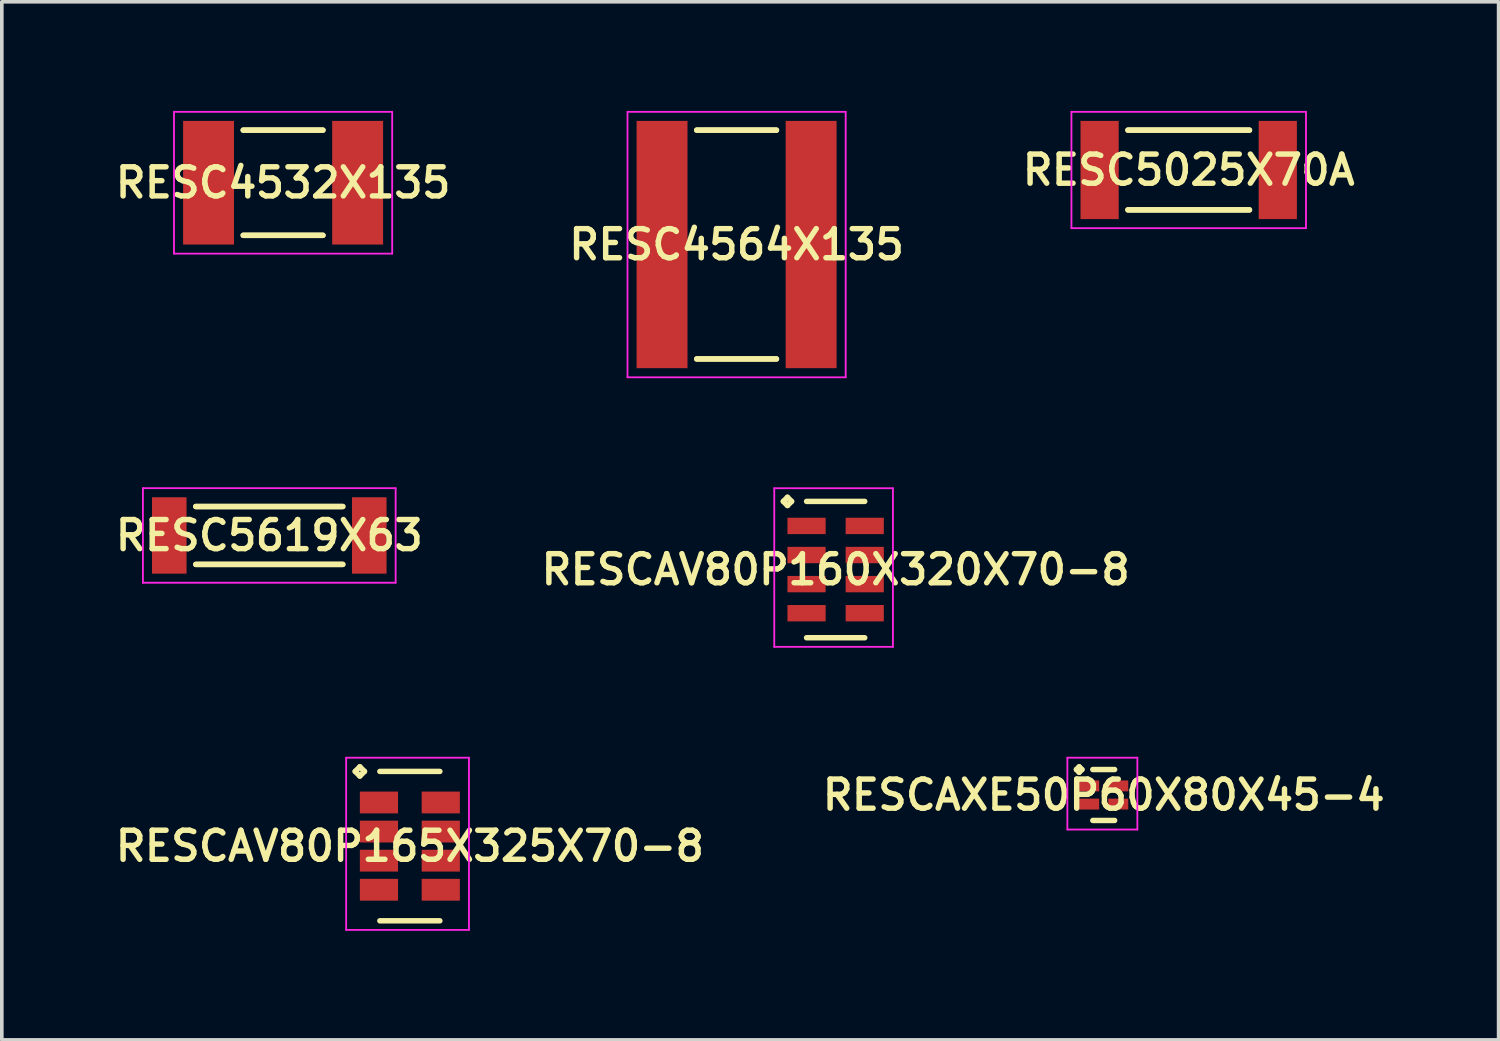
<source format=kicad_pcb>
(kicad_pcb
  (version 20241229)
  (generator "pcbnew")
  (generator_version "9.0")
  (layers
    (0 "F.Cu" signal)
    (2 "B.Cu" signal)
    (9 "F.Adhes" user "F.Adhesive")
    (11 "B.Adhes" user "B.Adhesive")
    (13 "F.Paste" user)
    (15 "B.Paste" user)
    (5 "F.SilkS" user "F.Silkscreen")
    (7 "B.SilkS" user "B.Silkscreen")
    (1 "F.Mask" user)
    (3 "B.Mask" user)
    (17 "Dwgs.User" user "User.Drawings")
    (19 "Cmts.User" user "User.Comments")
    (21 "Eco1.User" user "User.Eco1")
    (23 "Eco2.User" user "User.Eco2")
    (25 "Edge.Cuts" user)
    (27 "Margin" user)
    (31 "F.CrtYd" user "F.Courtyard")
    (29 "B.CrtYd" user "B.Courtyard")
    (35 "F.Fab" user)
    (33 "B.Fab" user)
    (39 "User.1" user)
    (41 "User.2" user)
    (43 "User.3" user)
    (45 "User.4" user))
  (footprint "RESCAV80P160X320X70-8"
    (layer "F.Cu")
    (at 19.93 12.613)
    (property "Reference" "RESCAV80P160X320X70-8" (at 0 0 0) (layer "F.SilkS") (effects (font (size 0.8 0.8) (thickness 0.15))))
    (attr smd)
    (fp_line (start -1.438 -1.875) (end -1.325 -1.988) (stroke (width 0.15) (type solid)) (layer "F.SilkS"))
    (fp_line (start -1.325 -1.988) (end -1.212 -1.875) (stroke (width 0.15) (type solid)) (layer "F.SilkS"))
    (fp_line (start -1.325 -1.762) (end -1.438 -1.875) (stroke (width 0.15) (type solid)) (layer "F.SilkS"))
    (fp_line (start -1.212 -1.875) (end -1.325 -1.762) (stroke (width 0.15) (type solid)) (layer "F.SilkS"))
    (fp_line (start -0.8 -1.875) (end 0.8 -1.875) (stroke (width 0.15) (type solid)) (layer "F.SilkS"))
    (fp_line (start -0.8 1.875) (end 0.8 1.875) (stroke (width 0.15) (type solid)) (layer "F.SilkS"))
    (fp_line (start -1.688 -2.237) (end 1.575 -2.237) (stroke (width 0.05) (type solid)) (layer "F.CrtYd"))
    (fp_line (start -1.688 2.125) (end -1.688 -2.237) (stroke (width 0.05) (type solid)) (layer "F.CrtYd"))
    (fp_line (start 1.575 -2.237) (end 1.575 2.125) (stroke (width 0.05) (type solid)) (layer "F.CrtYd"))
    (fp_line (start 1.575 2.125) (end -1.688 2.125) (stroke (width 0.05) (type solid)) (layer "F.CrtYd"))
    (pad "1" smd rect (at -0.8 -1.2) (size 1.05 0.45) (layers "F.Cu" "F.Mask" "F.Paste"))
    (pad "2" smd rect (at -0.8 -0.4) (size 1.05 0.45) (layers "F.Cu" "F.Mask" "F.Paste"))
    (pad "3" smd rect (at -0.8 0.4) (size 1.05 0.45) (layers "F.Cu" "F.Mask" "F.Paste"))
    (pad "4" smd rect (at -0.8 1.2) (size 1.05 0.45) (layers "F.Cu" "F.Mask" "F.Paste"))
    (pad "5" smd rect (at 0.8 1.2) (size 1.05 0.45) (layers "F.Cu" "F.Mask" "F.Paste"))
    (pad "6" smd rect (at 0.8 0.4) (size 1.05 0.45) (layers "F.Cu" "F.Mask" "F.Paste"))
    (pad "7" smd rect (at 0.8 -0.4) (size 1.05 0.45) (layers "F.Cu" "F.Mask" "F.Paste"))
    (pad "8" smd rect (at 0.8 -1.2) (size 1.05 0.45) (layers "F.Cu" "F.Mask" "F.Paste")))
  (footprint "RESCAXE50P60X80X45-4"
    (layer "F.Cu")
    (at 27.302 18.812)
    (property "Reference" "RESCAXE50P60X80X45-4" (at 0 0 0) (layer "F.SilkS") (effects (font (size 0.8 0.8) (thickness 0.15))))
    (attr smd)
    (fp_line (start -0.75 -0.7) (end -0.675 -0.775) (stroke (width 0.15) (type solid)) (layer "F.SilkS"))
    (fp_line (start -0.675 -0.775) (end -0.6 -0.7) (stroke (width 0.15) (type solid)) (layer "F.SilkS"))
    (fp_line (start -0.675 -0.625) (end -0.75 -0.7) (stroke (width 0.15) (type solid)) (layer "F.SilkS"))
    (fp_line (start -0.6 -0.7) (end -0.675 -0.625) (stroke (width 0.15) (type solid)) (layer "F.SilkS"))
    (fp_line (start -0.3 -0.7) (end 0.3 -0.7) (stroke (width 0.15) (type solid)) (layer "F.SilkS"))
    (fp_line (start -0.3 0.7) (end 0.3 0.7) (stroke (width 0.15) (type solid)) (layer "F.SilkS"))
    (fp_line (start -1 -1.025) (end 0.925 -1.025) (stroke (width 0.05) (type solid)) (layer "F.CrtYd"))
    (fp_line (start -1 0.95) (end -1 -1.025) (stroke (width 0.05) (type solid)) (layer "F.CrtYd"))
    (fp_line (start 0.925 -1.025) (end 0.925 0.95) (stroke (width 0.05) (type solid)) (layer "F.CrtYd"))
    (fp_line (start 0.925 0.95) (end -1 0.95) (stroke (width 0.05) (type solid)) (layer "F.CrtYd"))
    (pad "1" smd rect (at -0.4 -0.25) (size 0.55 0.3) (layers "F.Cu" "F.Mask" "F.Paste"))
    (pad "2" smd rect (at -0.4 0.25) (size 0.55 0.3) (layers "F.Cu" "F.Mask" "F.Paste"))
    (pad "3" smd rect (at 0.4 0.25) (size 0.55 0.3) (layers "F.Cu" "F.Mask" "F.Paste"))
    (pad "4" smd rect (at 0.4 -0.25) (size 0.55 0.3) (layers "F.Cu" "F.Mask" "F.Paste")))
  (footprint "RESC5025X70A"
    (layer "F.Cu")
    (at 29.639 1.625)
    (property "Reference" "RESC5025X70A" (at 0 0 0) (layer "F.SilkS") (effects (font (size 0.8 0.8) (thickness 0.15))))
    (attr smd)
    (fp_line (start -1.671 -1.096) (end 1.671 -1.096) (stroke (width 0.15) (type solid)) (layer "F.SilkS"))
    (fp_line (start -1.671 1.096) (end 1.671 1.096) (stroke (width 0.15) (type solid)) (layer "F.SilkS"))
    (fp_line (start 1.671 -1.096) (end -1.671 -1.096) (stroke (width 0.15) (type solid)) (layer "F.SilkS"))
    (fp_line (start 1.671 1.096) (end -1.671 1.096) (stroke (width 0.15) (type solid)) (layer "F.SilkS"))
    (fp_line (start -3.225 -1.6) (end 3.225 -1.6) (stroke (width 0.05) (type solid)) (layer "F.CrtYd"))
    (fp_line (start -3.225 1.6) (end -3.225 -1.6) (stroke (width 0.05) (type solid)) (layer "F.CrtYd"))
    (fp_line (start 3.225 -1.6) (end 3.225 1.6) (stroke (width 0.05) (type solid)) (layer "F.CrtYd"))
    (fp_line (start 3.225 1.6) (end -3.225 1.6) (stroke (width 0.05) (type solid)) (layer "F.CrtYd"))
    (pad "1" smd rect (at -2.45 0) (size 1.05 2.7) (layers "F.Cu" "F.Mask" "F.Paste"))
    (pad "2" smd rect (at 2.45 0) (size 1.05 2.7) (layers "F.Cu" "F.Mask" "F.Paste")))
  (footprint "RESC5619X63"
    (layer "F.Cu")
    (at 4.355 11.675)
    (property "Reference" "RESC5619X63" (at 0 0 0) (layer "F.SilkS") (effects (font (size 0.8 0.8) (thickness 0.15))))
    (attr smd)
    (fp_line (start -2.021 -0.796) (end 2.021 -0.796) (stroke (width 0.15) (type solid)) (layer "F.SilkS"))
    (fp_line (start -2.021 0.796) (end 2.021 0.796) (stroke (width 0.15) (type solid)) (layer "F.SilkS"))
    (fp_line (start 2.021 -0.796) (end -2.021 -0.796) (stroke (width 0.15) (type solid)) (layer "F.SilkS"))
    (fp_line (start 2.021 0.796) (end -2.021 0.796) (stroke (width 0.15) (type solid)) (layer "F.SilkS"))
    (fp_line (start -3.475 -1.3) (end 3.475 -1.3) (stroke (width 0.05) (type solid)) (layer "F.CrtYd"))
    (fp_line (start -3.475 1.3) (end -3.475 -1.3) (stroke (width 0.05) (type solid)) (layer "F.CrtYd"))
    (fp_line (start 3.475 -1.3) (end 3.475 1.3) (stroke (width 0.05) (type solid)) (layer "F.CrtYd"))
    (fp_line (start 3.475 1.3) (end -3.475 1.3) (stroke (width 0.05) (type solid)) (layer "F.CrtYd"))
    (pad "1" smd rect (at -2.75 0) (size 0.95 2.1) (layers "F.Cu" "F.Mask" "F.Paste"))
    (pad "2" smd rect (at 2.75 0) (size 0.95 2.1) (layers "F.Cu" "F.Mask" "F.Paste")))
  (footprint "RESCAV80P165X325X70-8"
    (layer "F.Cu")
    (at 8.221 20.218)
    (property "Reference" "RESCAV80P165X325X70-8" (at 0 0 0) (layer "F.SilkS") (effects (font (size 0.8 0.8) (thickness 0.15))))
    (attr smd)
    (fp_line (start -1.502 -2.054) (end -1.375 -2.181) (stroke (width 0.15) (type solid)) (layer "F.SilkS"))
    (fp_line (start -1.375 -2.181) (end -1.248 -2.054) (stroke (width 0.15) (type solid)) (layer "F.SilkS"))
    (fp_line (start -1.375 -1.927) (end -1.502 -2.054) (stroke (width 0.15) (type solid)) (layer "F.SilkS"))
    (fp_line (start -1.248 -2.054) (end -1.375 -1.927) (stroke (width 0.15) (type solid)) (layer "F.SilkS"))
    (fp_line (start -0.825 -2.054) (end 0.825 -2.054) (stroke (width 0.15) (type solid)) (layer "F.SilkS"))
    (fp_line (start -0.825 2.054) (end 0.825 2.054) (stroke (width 0.15) (type solid)) (layer "F.SilkS"))
    (fp_line (start -1.752 -2.431) (end 1.625 -2.431) (stroke (width 0.05) (type solid)) (layer "F.CrtYd"))
    (fp_line (start -1.752 2.304) (end -1.752 -2.431) (stroke (width 0.05) (type solid)) (layer "F.CrtYd"))
    (fp_line (start 1.625 -2.431) (end 1.625 2.304) (stroke (width 0.05) (type solid)) (layer "F.CrtYd"))
    (fp_line (start 1.625 2.304) (end -1.752 2.304) (stroke (width 0.05) (type solid)) (layer "F.CrtYd"))
    (pad "1" smd rect (at -0.85 -1.2) (size 1.05 0.6) (layers "F.Cu" "F.Mask" "F.Paste"))
    (pad "2" smd rect (at -0.85 -0.4) (size 1.05 0.6) (layers "F.Cu" "F.Mask" "F.Paste"))
    (pad "3" smd rect (at -0.85 0.4) (size 1.05 0.6) (layers "F.Cu" "F.Mask" "F.Paste"))
    (pad "4" smd rect (at -0.85 1.2) (size 1.05 0.6) (layers "F.Cu" "F.Mask" "F.Paste"))
    (pad "5" smd rect (at 0.85 1.2) (size 1.05 0.6) (layers "F.Cu" "F.Mask" "F.Paste"))
    (pad "6" smd rect (at 0.85 0.4) (size 1.05 0.6) (layers "F.Cu" "F.Mask" "F.Paste"))
    (pad "7" smd rect (at 0.85 -0.4) (size 1.05 0.6) (layers "F.Cu" "F.Mask" "F.Paste"))
    (pad "8" smd rect (at 0.85 -1.2) (size 1.05 0.6) (layers "F.Cu" "F.Mask" "F.Paste")))
  (footprint "RESC4532X135"
    (layer "F.Cu")
    (at 4.735 1.975)
    (property "Reference" "RESC4532X135" (at 0 0 0) (layer "F.SilkS") (effects (font (size 0.8 0.8) (thickness 0.15))))
    (attr smd)
    (fp_line (start -1.096 -1.446) (end 1.096 -1.446) (stroke (width 0.15) (type solid)) (layer "F.SilkS"))
    (fp_line (start -1.096 1.446) (end 1.096 1.446) (stroke (width 0.15) (type solid)) (layer "F.SilkS"))
    (fp_line (start 1.096 -1.446) (end -1.096 -1.446) (stroke (width 0.15) (type solid)) (layer "F.SilkS"))
    (fp_line (start 1.096 1.446) (end -1.096 1.446) (stroke (width 0.15) (type solid)) (layer "F.SilkS"))
    (fp_line (start -3 -1.95) (end 3 -1.95) (stroke (width 0.05) (type solid)) (layer "F.CrtYd"))
    (fp_line (start -3 1.95) (end -3 -1.95) (stroke (width 0.05) (type solid)) (layer "F.CrtYd"))
    (fp_line (start 3 -1.95) (end 3 1.95) (stroke (width 0.05) (type solid)) (layer "F.CrtYd"))
    (fp_line (start 3 1.95) (end -3 1.95) (stroke (width 0.05) (type solid)) (layer "F.CrtYd"))
    (pad "1" smd rect (at -2.05 0) (size 1.4 3.4) (layers "F.Cu" "F.Mask" "F.Paste"))
    (pad "2" smd rect (at 2.05 0) (size 1.4 3.4) (layers "F.Cu" "F.Mask" "F.Paste")))
  (footprint "RESC4564X135"
    (layer "F.Cu")
    (at 17.206 3.675)
    (property "Reference" "RESC4564X135" (at 0 0 0) (layer "F.SilkS") (effects (font (size 0.8 0.8) (thickness 0.15))))
    (attr smd)
    (fp_line (start -1.096 -3.146) (end 1.096 -3.146) (stroke (width 0.15) (type solid)) (layer "F.SilkS"))
    (fp_line (start -1.096 3.146) (end 1.096 3.146) (stroke (width 0.15) (type solid)) (layer "F.SilkS"))
    (fp_line (start 1.096 -3.146) (end -1.096 -3.146) (stroke (width 0.15) (type solid)) (layer "F.SilkS"))
    (fp_line (start 1.096 3.146) (end -1.096 3.146) (stroke (width 0.15) (type solid)) (layer "F.SilkS"))
    (fp_line (start -3 -3.65) (end 3 -3.65) (stroke (width 0.05) (type solid)) (layer "F.CrtYd"))
    (fp_line (start -3 3.65) (end -3 -3.65) (stroke (width 0.05) (type solid)) (layer "F.CrtYd"))
    (fp_line (start 3 -3.65) (end 3 3.65) (stroke (width 0.05) (type solid)) (layer "F.CrtYd"))
    (fp_line (start 3 3.65) (end -3 3.65) (stroke (width 0.05) (type solid)) (layer "F.CrtYd"))
    (pad "1" smd rect (at -2.05 0) (size 1.4 6.8) (layers "F.Cu" "F.Mask" "F.Paste"))
    (pad "2" smd rect (at 2.05 0) (size 1.4 6.8) (layers "F.Cu" "F.Mask" "F.Paste")))
  (gr_rect
    (start -3 -3)
    (end 38.161 25.547)
    (stroke (width 0.1) (type default))
    (fill no)
    (layer "Edge.Cuts")))
</source>
